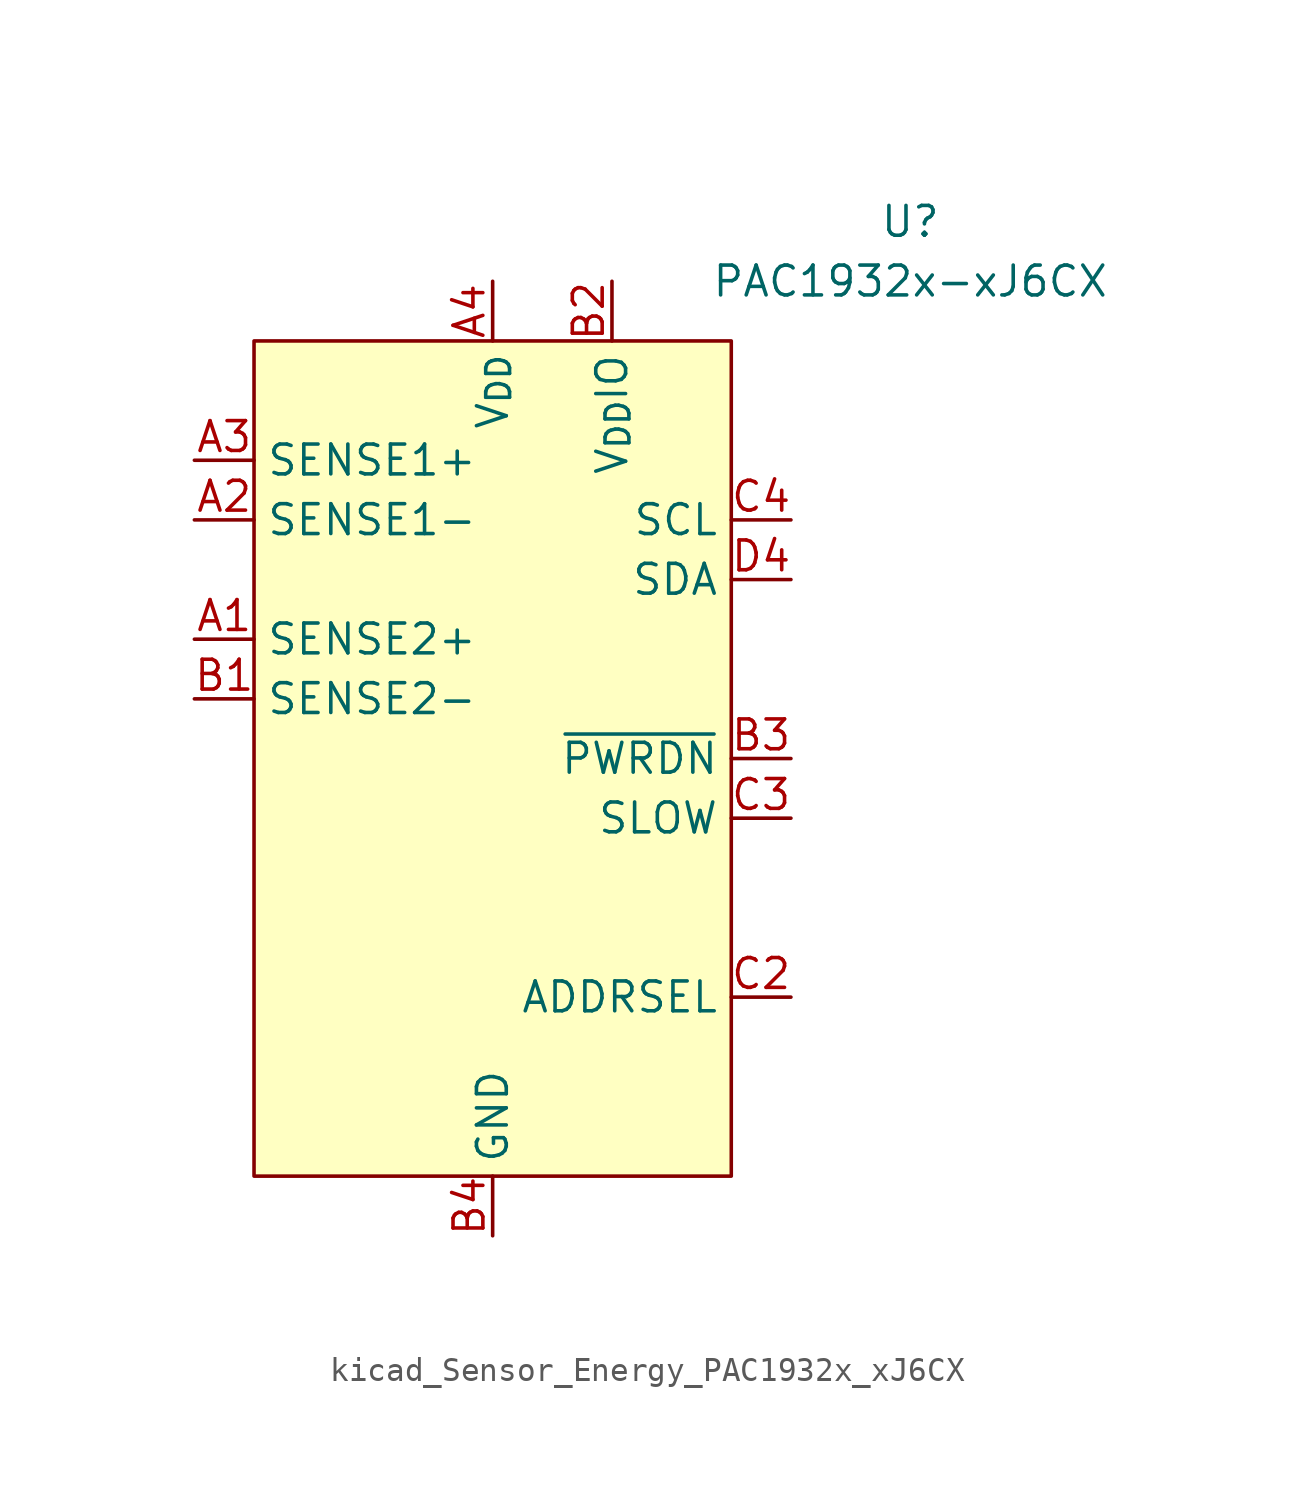
<source format=kicad_sym>
(kicad_symbol_lib
  (version 20220914)
  (generator kicad_symbol_editor)
  (symbol "kicad_Sensor_Energy_PAC1932x_xJ6CX"
    (property "Reference" "U"
      (at 17.78 22.86 0)
      (effects (font (size 1.27 1.27))))
    (property "Value" "PAC1932x-xJ6CX"
      (at 17.78 20.32 0)
      (effects (font (size 1.27 1.27))))
    (symbol "kicad_Sensor_Energy_PAC1932x_xJ6CX_0_0"
      (pin input line (at -12.7 5.08 0) (length 2.54) (name "SENSE2+" (effects (font (size 1.27 1.27)))) (number "A1" (effects (font (size 1.27 1.27)))))
      (pin input line (at -12.7 10.16 0) (length 2.54) (name "SENSE1-" (effects (font (size 1.27 1.27)))) (number "A2" (effects (font (size 1.27 1.27)))))
      (pin input line (at -12.7 12.7 0) (length 2.54) (name "SENSE1+" (effects (font (size 1.27 1.27)))) (number "A3" (effects (font (size 1.27 1.27)))))
      (pin power_in line (at 0 20.32 270) (length 2.54) (name "V_{DD}" (effects (font (size 1.27 1.27)))) (number "A4" (effects (font (size 1.27 1.27)))))
      (pin input line (at -12.7 2.54 0) (length 2.54) (name "SENSE2-" (effects (font (size 1.27 1.27)))) (number "B1" (effects (font (size 1.27 1.27)))))
      (pin input line (at 5.08 20.32 270) (length 2.54) (name "V_{DD}IO" (effects (font (size 1.27 1.27)))) (number "B2" (effects (font (size 1.27 1.27)))))
      (pin input line (at 12.7 0 180) (length 2.54) (name "~{PWRDN}" (effects (font (size 1.27 1.27)))) (number "B3" (effects (font (size 1.27 1.27)))))
      (pin power_in line (at 0 -20.32 90) (length 2.54) (name "GND" (effects (font (size 1.27 1.27)))) (number "B4" (effects (font (size 1.27 1.27)))))
      (pin passive line (at 0 -20.32 90) (length 2.54) hide (name "GND" (effects (font (size 1.27 1.27)))) (number "C1" (effects (font (size 1.27 1.27)))))
      (pin passive line (at 12.7 -10.16 180) (length 2.54) (name "ADDRSEL" (effects (font (size 1.27 1.27)))) (number "C2" (effects (font (size 1.27 1.27)))))
      (pin input line (at 12.7 -2.54 180) (length 2.54) (name "SLOW" (effects (font (size 1.27 1.27)))) (number "C3" (effects (font (size 1.27 1.27)))) (alternate "~{ALERT1}" open_collector line))
      (pin input line (at 12.7 10.16 180) (length 2.54) (name "SCL" (effects (font (size 1.27 1.27)))) (number "C4" (effects (font (size 1.27 1.27)))) (alternate "SM_CLK" input line))
      (pin passive line (at 0 -20.32 90) (length 2.54) hide (name "GND" (effects (font (size 1.27 1.27)))) (number "D1" (effects (font (size 1.27 1.27)))))
      (pin passive line (at 0 -20.32 90) (length 2.54) hide (name "GND" (effects (font (size 1.27 1.27)))) (number "D2" (effects (font (size 1.27 1.27)))))
      (pin passive line (at 0 -20.32 90) (length 2.54) hide (name "GND" (effects (font (size 1.27 1.27)))) (number "D3" (effects (font (size 1.27 1.27)))))
      (pin bidirectional line (at 12.7 7.62 180) (length 2.54) (name "SDA" (effects (font (size 1.27 1.27)))) (number "D4" (effects (font (size 1.27 1.27)))) (alternate "SM_DATA" bidirectional line)))
    (symbol "kicad_Sensor_Energy_PAC1932x_xJ6CX_0_1"
      (rectangle (start -10.16 17.78) (end 10.16 -17.78) (stroke (width 0) (type default)) (fill (type background))))))
</source>
